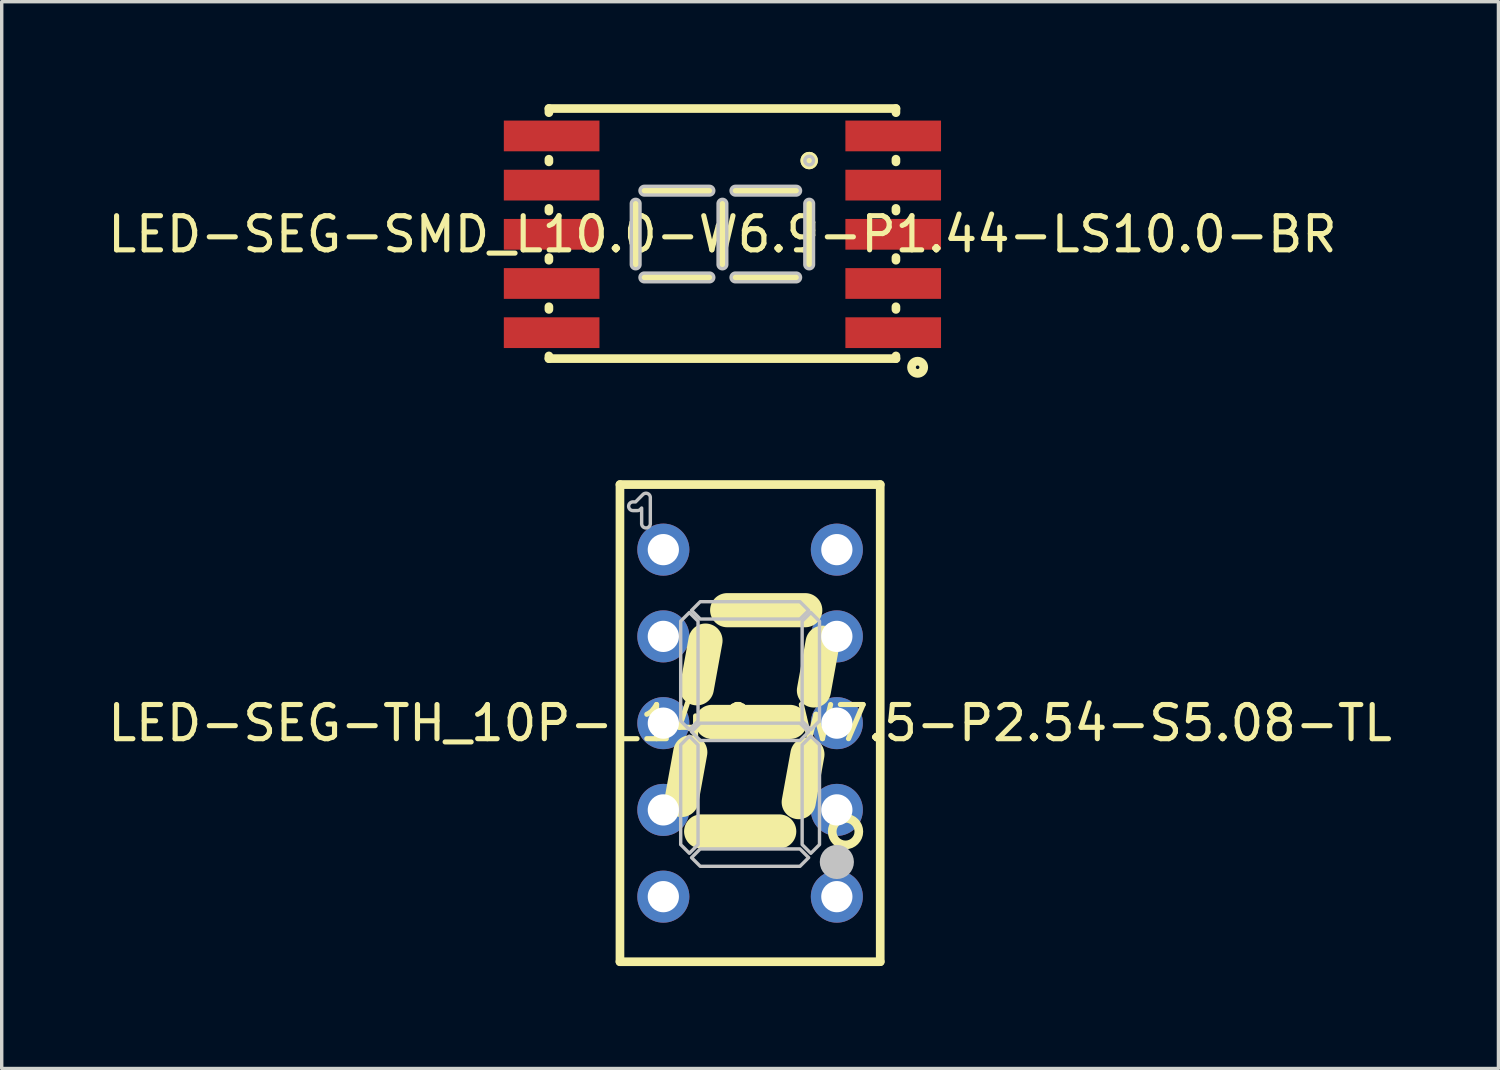
<source format=kicad_pcb>
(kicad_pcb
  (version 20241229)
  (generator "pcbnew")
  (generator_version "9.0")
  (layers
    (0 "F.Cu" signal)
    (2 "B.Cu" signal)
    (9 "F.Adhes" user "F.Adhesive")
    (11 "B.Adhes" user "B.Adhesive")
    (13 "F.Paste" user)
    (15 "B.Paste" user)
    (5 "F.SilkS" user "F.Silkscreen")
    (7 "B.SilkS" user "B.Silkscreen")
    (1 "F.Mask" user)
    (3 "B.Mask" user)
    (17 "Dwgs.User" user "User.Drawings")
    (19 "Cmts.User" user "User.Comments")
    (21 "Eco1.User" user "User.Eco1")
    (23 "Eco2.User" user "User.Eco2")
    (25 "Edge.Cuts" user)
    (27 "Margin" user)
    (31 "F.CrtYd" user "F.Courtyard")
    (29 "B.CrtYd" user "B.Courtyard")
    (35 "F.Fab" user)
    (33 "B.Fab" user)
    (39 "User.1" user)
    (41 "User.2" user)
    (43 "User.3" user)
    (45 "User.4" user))
  (footprint "LED-SEG-SMD_L10.0-W6.9-P1.44-LS10.0-BR"
    (layer "F.Cu")
    (at 18.101 3.81)
    (property "Reference" "LED-SEG-SMD_L10.0-W6.9-P1.44-LS10.0-BR" (at 0 0 0) (layer "F.SilkS") (effects (font (size 1 1) (thickness 0.15))))
    (fp_line (start -5.08 -3.683) (end -5.08 -3.561) (stroke (width 0.254) (type default)) (layer "F.SilkS"))
    (fp_line (start -5.08 -2.199) (end -5.08 -2.121) (stroke (width 0.254) (type default)) (layer "F.SilkS"))
    (fp_line (start -5.08 -0.759) (end -5.08 -0.681) (stroke (width 0.254) (type default)) (layer "F.SilkS"))
    (fp_line (start -5.08 0.681) (end -5.08 0.759) (stroke (width 0.254) (type default)) (layer "F.SilkS"))
    (fp_line (start -5.08 2.121) (end -5.08 2.199) (stroke (width 0.254) (type default)) (layer "F.SilkS"))
    (fp_line (start -5.08 3.561) (end -5.08 3.639) (stroke (width 0.254) (type default)) (layer "F.SilkS"))
    (fp_line (start -5.08 3.639) (end 5.08 3.639) (stroke (width 0.254) (type default)) (layer "F.SilkS"))
    (fp_line (start -2.54 0.881) (end -2.54 -0.896) (stroke (width 0.254) (type default)) (layer "F.SilkS"))
    (fp_line (start -2.286 -1.278) (end -0.381 -1.278) (stroke (width 0.254) (type default)) (layer "F.SilkS"))
    (fp_line (start -2.286 1.262) (end -0.381 1.262) (stroke (width 0.254) (type default)) (layer "F.SilkS"))
    (fp_line (start 0 0.881) (end 0 -0.896) (stroke (width 0.254) (type default)) (layer "F.SilkS"))
    (fp_line (start 0.381 -1.278) (end 2.159 -1.278) (stroke (width 0.254) (type default)) (layer "F.SilkS"))
    (fp_line (start 0.381 1.262) (end 2.159 1.262) (stroke (width 0.254) (type default)) (layer "F.SilkS"))
    (fp_line (start 2.54 0.881) (end 2.54 -0.896) (stroke (width 0.254) (type default)) (layer "F.SilkS"))
    (fp_line (start 5.08 -3.683) (end -5.08 -3.683) (stroke (width 0.254) (type default)) (layer "F.SilkS"))
    (fp_line (start 5.08 -3.561) (end 5.08 -3.683) (stroke (width 0.254) (type default)) (layer "F.SilkS"))
    (fp_line (start 5.08 -2.121) (end 5.08 -2.199) (stroke (width 0.254) (type default)) (layer "F.SilkS"))
    (fp_line (start 5.08 -0.681) (end 5.08 -0.759) (stroke (width 0.254) (type default)) (layer "F.SilkS"))
    (fp_line (start 5.08 0.759) (end 5.08 0.681) (stroke (width 0.254) (type default)) (layer "F.SilkS"))
    (fp_line (start 5.08 2.199) (end 5.08 2.121) (stroke (width 0.254) (type default)) (layer "F.SilkS"))
    (fp_line (start 5.08 3.639) (end 5.08 3.561) (stroke (width 0.254) (type default)) (layer "F.SilkS"))
    (fp_circle (center 2.54 -2.159) (end 2.667 -2.159) (stroke (width 0.254) (type default)) (fill no) (layer "F.SilkS"))
    (fp_circle (center 2.54 -2.159) (end 2.667 -2.159) (stroke (width 0.254) (type default)) (fill no) (layer "F.SilkS"))
    (fp_circle (center 5.715 3.893) (end 5.894 3.893) (stroke (width 0.254) (type default)) (fill no) (layer "F.SilkS"))
    (fp_poly (pts (arc (start -2.413 0.8815) (mid -2.54 1.0085) (end -2.667 0.8815)) (arc (start -2.667 -0.8965) (mid -2.54 -1.0235) (end -2.413 -0.8965))) (stroke (width 0.1) (type default)) (fill no) (layer "Dwgs.User"))
    (fp_poly (pts (arc (start -2.286 -1.1505) (mid -2.413 -1.2775) (end -2.286 -1.4045)) (arc (start -0.381 -1.4045) (mid -0.254 -1.2775) (end -0.381 -1.1505))) (stroke (width 0.1) (type default)) (fill no) (layer "Dwgs.User"))
    (fp_poly (pts (arc (start -2.286 1.3895) (mid -2.413 1.2625) (end -2.286 1.1355)) (arc (start -0.381 1.1355) (mid -0.254 1.2625) (end -0.381 1.3895))) (stroke (width 0.1) (type default)) (fill no) (layer "Dwgs.User"))
    (fp_poly (pts (arc (start 0.127 0.8815) (mid 0 1.0085) (end -0.127 0.8815)) (arc (start -0.127 -0.8965) (mid 0 -1.0235) (end 0.127 -0.8965))) (stroke (width 0.1) (type default)) (fill no) (layer "Dwgs.User"))
    (fp_poly (pts (arc (start 0.381 -1.1505) (mid 0.254 -1.2775) (end 0.381 -1.4045)) (arc (start 2.159 -1.4045) (mid 2.286 -1.2775) (end 2.159 -1.1505))) (stroke (width 0.1) (type default)) (fill no) (layer "Dwgs.User"))
    (fp_poly (pts (arc (start 0.381 1.3895) (mid 0.254 1.2625) (end 0.381 1.1355)) (arc (start 2.159 1.1355) (mid 2.286 1.2625) (end 2.159 1.3895))) (stroke (width 0.1) (type default)) (fill no) (layer "Dwgs.User"))
    (fp_poly (pts (arc (start 2.667 0.8815) (mid 2.54 1.0085) (end 2.413 0.8815)) (arc (start 2.413 -0.8965) (mid 2.54 -1.0235) (end 2.667 -0.8965))) (stroke (width 0.1) (type default)) (fill no) (layer "Dwgs.User"))
    (fp_poly (pts (xy 2.57 -2.283) (xy 2.546 -2.285) (xy 2.522 -2.284) (xy 2.498 -2.279) (xy 2.477 -2.269) (xy 2.457 -2.255) (xy 2.44 -2.237) (xy 2.427 -2.217) (xy 2.418 -2.195) (xy 2.413 -2.171) (xy 2.413 -2.147) (xy 2.418 -2.123) (xy 2.427 -2.1) (xy 2.44 -2.08) (xy 2.457 -2.063) (xy 2.477 -2.049) (xy 2.498 -2.039) (xy 2.522 -2.033) (xy 2.546 -2.032) (xy 2.57 -2.035) (xy 2.593 -2.043) (xy 2.614 -2.055) (xy 2.632 -2.071) (xy 2.647 -2.09) (xy 2.658 -2.111) (xy 2.664 -2.135) (xy 2.667 -2.159) (xy 2.664 -2.183) (xy 2.658 -2.206) (xy 2.647 -2.228) (xy 2.632 -2.247) (xy 2.614 -2.263) (xy 2.593 -2.275)) (stroke (width 0.1) (type default)) (fill no) (layer "Dwgs.User"))
    (fp_poly (pts (xy -3.8 -3.33) (xy -3.8 -2.43) (xy -5 -2.43) (xy -5 -3.33)) (stroke (width 0.1) (type default)) (fill no) (layer "User.1"))
    (fp_poly (pts (xy -3.8 -1.89) (xy -3.8 -0.99) (xy -5 -0.99) (xy -5 -1.89)) (stroke (width 0.1) (type default)) (fill no) (layer "User.1"))
    (fp_poly (pts (xy -3.8 -0.45) (xy -3.8 0.45) (xy -5 0.45) (xy -5 -0.45)) (stroke (width 0.1) (type default)) (fill no) (layer "User.1"))
    (fp_poly (pts (xy -3.8 0.99) (xy -3.8 1.89) (xy -5 1.89) (xy -5 0.99)) (stroke (width 0.1) (type default)) (fill no) (layer "User.1"))
    (fp_poly (pts (xy -3.8 2.43) (xy -3.8 3.33) (xy -5 3.33) (xy -5 2.43)) (stroke (width 0.1) (type default)) (fill no) (layer "User.1"))
    (fp_poly (pts (xy 5 -3.33) (xy 5 -2.43) (xy 3.8 -2.43) (xy 3.8 -3.33)) (stroke (width 0.1) (type default)) (fill no) (layer "User.1"))
    (fp_poly (pts (xy 5 -1.89) (xy 5 -0.99) (xy 3.8 -0.99) (xy 3.8 -1.89)) (stroke (width 0.1) (type default)) (fill no) (layer "User.1"))
    (fp_poly (pts (xy 5 -0.45) (xy 5 0.45) (xy 3.8 0.45) (xy 3.8 -0.45)) (stroke (width 0.1) (type default)) (fill no) (layer "User.1"))
    (fp_poly (pts (xy 5 0.99) (xy 5 1.89) (xy 3.8 1.89) (xy 3.8 0.99)) (stroke (width 0.1) (type default)) (fill no) (layer "User.1"))
    (fp_poly (pts (xy 5 2.43) (xy 5 3.33) (xy 3.8 3.33) (xy 3.8 2.43)) (stroke (width 0.1) (type default)) (fill no) (layer "User.1"))
    (fp_line (start -5 -3.45) (end 5 -3.45) (stroke (width 0.051) (type default)) (layer "User.2"))
    (fp_line (start -5 3.45) (end -5 -3.45) (stroke (width 0.051) (type default)) (layer "User.2"))
    (fp_line (start 5 -3.45) (end 5 3.45) (stroke (width 0.051) (type default)) (layer "User.2"))
    (fp_line (start 5 3.45) (end -5 3.45) (stroke (width 0.051) (type default)) (layer "User.2"))
    (fp_poly (pts (xy 5.06 3.45) (xy 5.042 3.408) (xy 5 3.39) (xy 4.958 3.408) (xy 4.94 3.45) (xy 4.958 3.492) (xy 5 3.51) (xy 5.042 3.492)) (stroke (width 0.1) (type default)) (fill no) (layer "User.3"))
    (pad "1" smd rect (at 5 2.88 90) (size 0.9 2.8) (layers "F.Cu" "F.Mask" "F.Paste"))
    (pad "2" smd rect (at 5 1.44 90) (size 0.9 2.8) (layers "F.Cu" "F.Mask" "F.Paste"))
    (pad "3" smd rect (at 5 0 90) (size 0.9 2.8) (layers "F.Cu" "F.Mask" "F.Paste"))
    (pad "4" smd rect (at 5 -1.44 90) (size 0.9 2.8) (layers "F.Cu" "F.Mask" "F.Paste"))
    (pad "5" smd rect (at 5 -2.88 90) (size 0.9 2.8) (layers "F.Cu" "F.Mask" "F.Paste"))
    (pad "6" smd rect (at -5 -2.88 90) (size 0.9 2.8) (layers "F.Cu" "F.Mask" "F.Paste"))
    (pad "7" smd rect (at -5 -1.44 90) (size 0.9 2.8) (layers "F.Cu" "F.Mask" "F.Paste"))
    (pad "8" smd rect (at -5 0 90) (size 0.9 2.8) (layers "F.Cu" "F.Mask" "F.Paste"))
    (pad "9" smd rect (at -5 1.44 90) (size 0.9 2.8) (layers "F.Cu" "F.Mask" "F.Paste"))
    (pad "10" smd rect (at -5 2.88 90) (size 0.9 2.8) (layers "F.Cu" "F.Mask" "F.Paste")))
  (footprint "LED-SEG-TH_10P-L14.0-W7.5-P2.54-S5.08-TL"
    (layer "F.Cu")
    (at 18.911 18.122)
    (property "Reference" "LED-SEG-TH_10P-L14.0-W7.5-P2.54-S5.08-TL" (at 0 0 0) (layer "F.SilkS") (effects (font (size 1 1) (thickness 0.15))))
    (fp_line (start -3.81 -6.985) (end 3.81 -6.985) (stroke (width 0.254) (type default)) (layer "F.SilkS"))
    (fp_line (start -3.81 6.985) (end -3.81 -6.985) (stroke (width 0.254) (type default)) (layer "F.SilkS"))
    (fp_line (start -1.751 0.853) (end -2.005 2.249) (stroke (width 1) (type default)) (layer "F.SilkS"))
    (fp_line (start -1.433 3.171) (end 0.853 3.171) (stroke (width 1) (type default)) (layer "F.SilkS"))
    (fp_line (start -1.306 -2.417) (end -1.56 -1.02) (stroke (width 1) (type default)) (layer "F.SilkS"))
    (fp_line (start -1.116 -0.036) (end 1.17 -0.036) (stroke (width 1) (type default)) (layer "F.SilkS"))
    (fp_line (start -0.671 -3.307) (end 1.615 -3.307) (stroke (width 1) (type default)) (layer "F.SilkS"))
    (fp_line (start 1.678 0.916) (end 1.424 2.313) (stroke (width 1) (type default)) (layer "F.SilkS"))
    (fp_line (start 2.123 -2.354) (end 1.869 -0.957) (stroke (width 1) (type default)) (layer "F.SilkS"))
    (fp_line (start 3.81 -6.985) (end 3.81 6.985) (stroke (width 0.254) (type default)) (layer "F.SilkS"))
    (fp_line (start 3.81 6.985) (end -3.81 6.985) (stroke (width 0.254) (type default)) (layer "F.SilkS"))
    (fp_circle (center 2.794 3.175) (end 3.184 3.175) (stroke (width 0.254) (type default)) (fill no) (layer "F.SilkS"))
    (fp_circle (center 2.54 4.064) (end 2.79 4.064) (stroke (width 0.5) (type default)) (fill no) (layer "Dwgs.User"))
    (fp_poly (pts (xy -2.032 -0.064) (xy -2.032 -2.985) (xy -1.778 -3.239) (xy -1.524 -2.985) (xy -1.524 -0.064) (xy -1.778 0.191)) (stroke (width 0.1) (type default)) (fill no) (layer "Dwgs.User"))
    (fp_poly (pts (xy -1.524 0.635) (xy -1.524 3.556) (xy -1.778 3.81) (xy -2.032 3.556) (xy -2.032 0.635) (xy -1.778 0.381)) (stroke (width 0.1) (type default)) (fill no) (layer "Dwgs.User"))
    (fp_poly (pts (xy -1.46 -3.556) (xy 1.46 -3.556) (xy 1.714 -3.302) (xy 1.46 -3.048) (xy -1.46 -3.048) (xy -1.714 -3.302)) (stroke (width 0.1) (type default)) (fill no) (layer "Dwgs.User"))
    (fp_poly (pts (xy 1.46 0.508) (xy -1.46 0.508) (xy -1.714 0.254) (xy -1.46 0) (xy 1.46 0) (xy 1.714 0.254)) (stroke (width 0.1) (type default)) (fill no) (layer "Dwgs.User"))
    (fp_poly (pts (xy 1.46 4.191) (xy -1.46 4.191) (xy -1.714 3.937) (xy -1.46 3.683) (xy 1.46 3.683) (xy 1.714 3.937)) (stroke (width 0.1) (type default)) (fill no) (layer "Dwgs.User"))
    (fp_poly (pts (xy 1.524 -0.064) (xy 1.524 -2.985) (xy 1.778 -3.239) (xy 2.032 -2.985) (xy 2.032 -0.064) (xy 1.778 0.191)) (stroke (width 0.1) (type default)) (fill no) (layer "Dwgs.User"))
    (fp_poly (pts (xy 2.032 0.635) (xy 2.032 3.556) (xy 1.778 3.81) (xy 1.524 3.556) (xy 1.524 0.635) (xy 1.778 0.381)) (stroke (width 0.1) (type default)) (fill no) (layer "Dwgs.User"))
    (fp_poly (pts (arc (start -3.429 -6.223) (mid -3.556 -6.35) (end -3.429 -6.477)) (xy -3.354 -6.477) (arc (start -3.138 -6.694) (mid -2.999292 -6.721591) (end -2.921 -6.604)) (arc (start -2.921 -5.842) (mid -3.048 -5.715) (end -3.175 -5.842)) (xy -3.175 -6.298) (arc (start -3.212 -6.26) (mid -3.253292 -6.232409) (end -3.302 -6.223))) (stroke (width 0.1) (type default)) (fill no) (layer "Dwgs.User"))
    (fp_poly (pts (xy -2.315 -5.08) (xy -2.332 -5.166) (xy -2.381 -5.239) (xy -2.454 -5.288) (xy -2.54 -5.305) (xy -2.626 -5.288) (xy -2.699 -5.239) (xy -2.748 -5.166) (xy -2.765 -5.08) (xy -2.748 -4.994) (xy -2.699 -4.921) (xy -2.626 -4.872) (xy -2.54 -4.855) (xy -2.454 -4.872) (xy -2.381 -4.921) (xy -2.332 -4.994)) (stroke (width 0.1) (type default)) (fill no) (layer "User.1"))
    (fp_poly (pts (xy -2.315 -2.54) (xy -2.332 -2.626) (xy -2.381 -2.699) (xy -2.454 -2.748) (xy -2.54 -2.765) (xy -2.626 -2.748) (xy -2.699 -2.699) (xy -2.748 -2.626) (xy -2.765 -2.54) (xy -2.748 -2.454) (xy -2.699 -2.381) (xy -2.626 -2.332) (xy -2.54 -2.315) (xy -2.454 -2.332) (xy -2.381 -2.381) (xy -2.332 -2.454)) (stroke (width 0.1) (type default)) (fill no) (layer "User.1"))
    (fp_poly (pts (xy -2.315 0) (xy -2.332 -0.086) (xy -2.381 -0.159) (xy -2.454 -0.208) (xy -2.54 -0.225) (xy -2.626 -0.208) (xy -2.699 -0.159) (xy -2.748 -0.086) (xy -2.765 0) (xy -2.748 0.086) (xy -2.699 0.159) (xy -2.626 0.208) (xy -2.54 0.225) (xy -2.454 0.208) (xy -2.381 0.159) (xy -2.332 0.086)) (stroke (width 0.1) (type default)) (fill no) (layer "User.1"))
    (fp_poly (pts (xy -2.315 2.54) (xy -2.332 2.454) (xy -2.381 2.381) (xy -2.454 2.332) (xy -2.54 2.315) (xy -2.626 2.332) (xy -2.699 2.381) (xy -2.748 2.454) (xy -2.765 2.54) (xy -2.748 2.626) (xy -2.699 2.699) (xy -2.626 2.748) (xy -2.54 2.765) (xy -2.454 2.748) (xy -2.381 2.699) (xy -2.332 2.626)) (stroke (width 0.1) (type default)) (fill no) (layer "User.1"))
    (fp_poly (pts (xy -2.315 5.08) (xy -2.332 4.994) (xy -2.381 4.921) (xy -2.454 4.872) (xy -2.54 4.855) (xy -2.626 4.872) (xy -2.699 4.921) (xy -2.748 4.994) (xy -2.765 5.08) (xy -2.748 5.166) (xy -2.699 5.239) (xy -2.626 5.288) (xy -2.54 5.305) (xy -2.454 5.288) (xy -2.381 5.239) (xy -2.332 5.166)) (stroke (width 0.1) (type default)) (fill no) (layer "User.1"))
    (fp_poly (pts (xy 2.765 -5.08) (xy 2.748 -5.166) (xy 2.699 -5.239) (xy 2.626 -5.288) (xy 2.54 -5.305) (xy 2.454 -5.288) (xy 2.381 -5.239) (xy 2.332 -5.166) (xy 2.315 -5.08) (xy 2.332 -4.994) (xy 2.381 -4.921) (xy 2.454 -4.872) (xy 2.54 -4.855) (xy 2.626 -4.872) (xy 2.699 -4.921) (xy 2.748 -4.994)) (stroke (width 0.1) (type default)) (fill no) (layer "User.1"))
    (fp_poly (pts (xy 2.765 -2.54) (xy 2.748 -2.626) (xy 2.699 -2.699) (xy 2.626 -2.748) (xy 2.54 -2.765) (xy 2.454 -2.748) (xy 2.381 -2.699) (xy 2.332 -2.626) (xy 2.315 -2.54) (xy 2.332 -2.454) (xy 2.381 -2.381) (xy 2.454 -2.332) (xy 2.54 -2.315) (xy 2.626 -2.332) (xy 2.699 -2.381) (xy 2.748 -2.454)) (stroke (width 0.1) (type default)) (fill no) (layer "User.1"))
    (fp_poly (pts (xy 2.765 0) (xy 2.748 -0.086) (xy 2.699 -0.159) (xy 2.626 -0.208) (xy 2.54 -0.225) (xy 2.454 -0.208) (xy 2.381 -0.159) (xy 2.332 -0.086) (xy 2.315 0) (xy 2.332 0.086) (xy 2.381 0.159) (xy 2.454 0.208) (xy 2.54 0.225) (xy 2.626 0.208) (xy 2.699 0.159) (xy 2.748 0.086)) (stroke (width 0.1) (type default)) (fill no) (layer "User.1"))
    (fp_poly (pts (xy 2.765 2.54) (xy 2.748 2.454) (xy 2.699 2.381) (xy 2.626 2.332) (xy 2.54 2.315) (xy 2.454 2.332) (xy 2.381 2.381) (xy 2.332 2.454) (xy 2.315 2.54) (xy 2.332 2.626) (xy 2.381 2.699) (xy 2.454 2.748) (xy 2.54 2.765) (xy 2.626 2.748) (xy 2.699 2.699) (xy 2.748 2.626)) (stroke (width 0.1) (type default)) (fill no) (layer "User.1"))
    (fp_poly (pts (xy 2.765 5.08) (xy 2.748 4.994) (xy 2.699 4.921) (xy 2.626 4.872) (xy 2.54 4.855) (xy 2.454 4.872) (xy 2.381 4.921) (xy 2.332 4.994) (xy 2.315 5.08) (xy 2.332 5.166) (xy 2.381 5.239) (xy 2.454 5.288) (xy 2.54 5.305) (xy 2.626 5.288) (xy 2.699 5.239) (xy 2.748 5.166)) (stroke (width 0.1) (type default)) (fill no) (layer "User.1"))
    (fp_line (start -3.683 -7.015) (end 3.817 -7.015) (stroke (width 0.051) (type default)) (layer "User.2"))
    (fp_line (start -3.683 6.985) (end -3.683 -7.015) (stroke (width 0.051) (type default)) (layer "User.2"))
    (fp_line (start 3.817 -7.015) (end 3.817 6.985) (stroke (width 0.051) (type default)) (layer "User.2"))
    (fp_line (start 3.817 6.985) (end -3.683 6.985) (stroke (width 0.051) (type default)) (layer "User.2"))
    (fp_poly (pts (xy -3.69 -7) (xy -3.708 -7.042) (xy -3.75 -7.06) (xy -3.792 -7.042) (xy -3.81 -7) (xy -3.792 -6.958) (xy -3.75 -6.94) (xy -3.708 -6.958)) (stroke (width 0.1) (type default)) (fill no) (layer "User.3"))
    (pad "1" thru_hole circle (at -2.54 -5.08 270) (size 1.524 1.524) (drill 0.914) (layers "*.Cu" "*.Mask"))
    (pad "2" thru_hole circle (at -2.54 -2.54 270) (size 1.524 1.524) (drill 0.914) (layers "*.Cu" "*.Mask"))
    (pad "3" thru_hole circle (at -2.54 0 270) (size 1.524 1.524) (drill 0.914) (layers "*.Cu" "*.Mask"))
    (pad "4" thru_hole circle (at -2.54 2.54 270) (size 1.524 1.524) (drill 0.914) (layers "*.Cu" "*.Mask"))
    (pad "5" thru_hole circle (at -2.54 5.08 270) (size 1.524 1.524) (drill 0.914) (layers "*.Cu" "*.Mask"))
    (pad "6" thru_hole circle (at 2.54 5.08 270) (size 1.524 1.524) (drill 0.914) (layers "*.Cu" "*.Mask"))
    (pad "7" thru_hole circle (at 2.54 2.54 270) (size 1.524 1.524) (drill 0.914) (layers "*.Cu" "*.Mask"))
    (pad "8" thru_hole circle (at 2.54 0 270) (size 1.524 1.524) (drill 0.914) (layers "*.Cu" "*.Mask"))
    (pad "9" thru_hole circle (at 2.54 -2.54 270) (size 1.524 1.524) (drill 0.914) (layers "*.Cu" "*.Mask"))
    (pad "10" thru_hole circle (at 2.54 -5.08 270) (size 1.524 1.524) (drill 0.914) (layers "*.Cu" "*.Mask")))
  (gr_rect
    (start -3 -3)
    (end 40.821 28.233)
    (stroke (width 0.1) (type default))
    (fill no)
    (layer "Edge.Cuts")))
</source>
